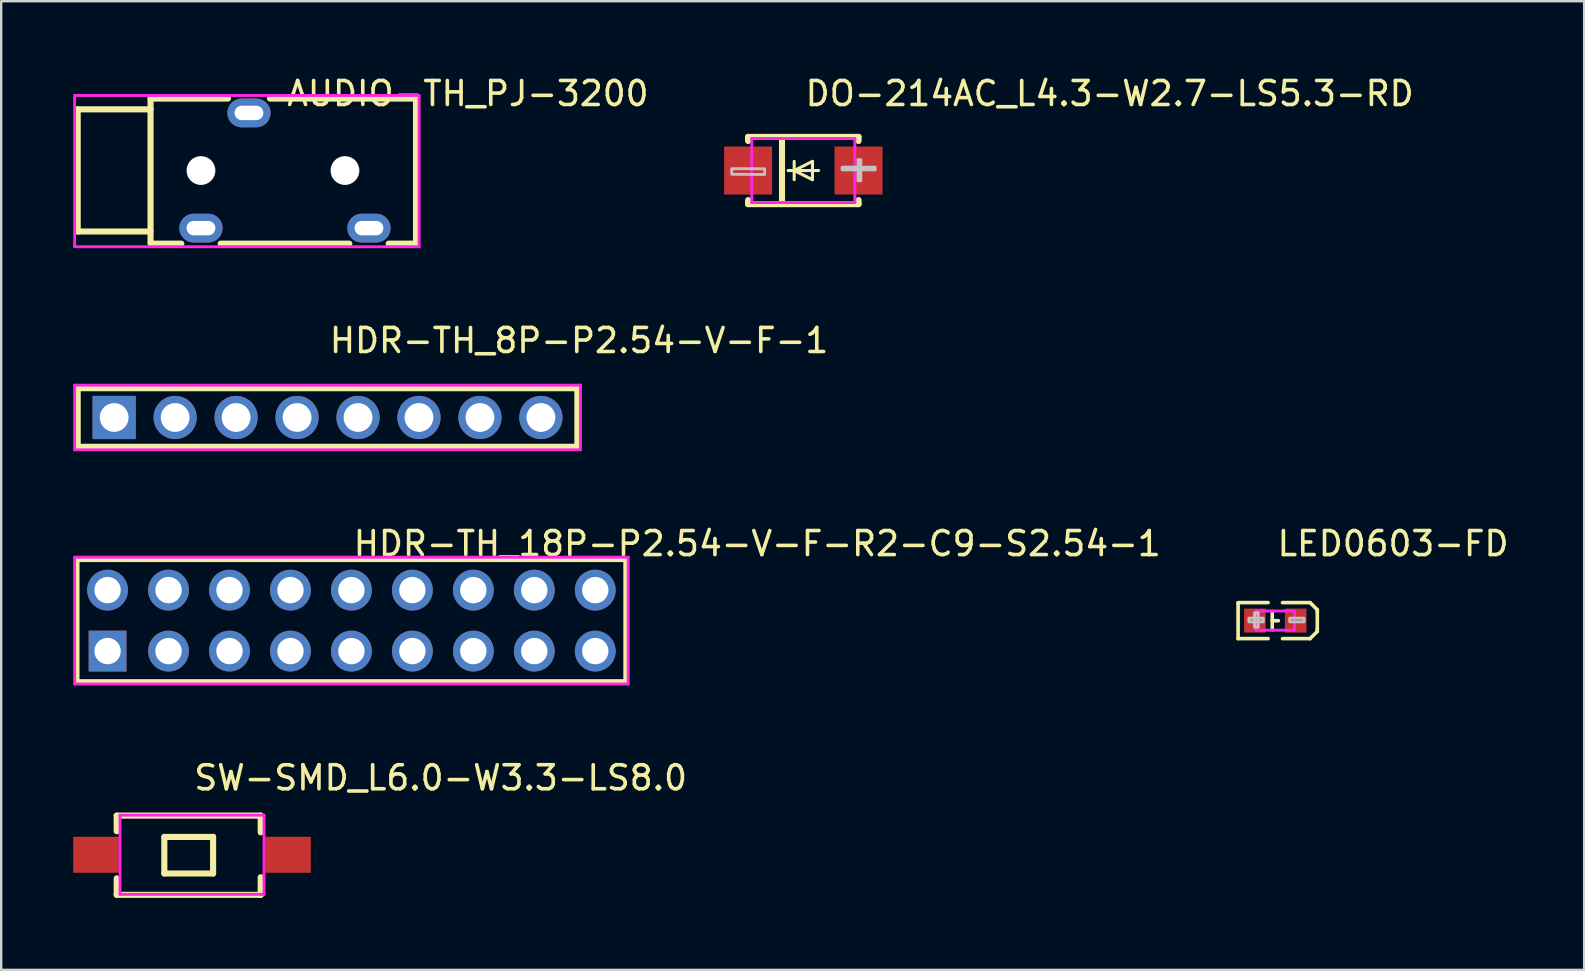
<source format=kicad_pcb>
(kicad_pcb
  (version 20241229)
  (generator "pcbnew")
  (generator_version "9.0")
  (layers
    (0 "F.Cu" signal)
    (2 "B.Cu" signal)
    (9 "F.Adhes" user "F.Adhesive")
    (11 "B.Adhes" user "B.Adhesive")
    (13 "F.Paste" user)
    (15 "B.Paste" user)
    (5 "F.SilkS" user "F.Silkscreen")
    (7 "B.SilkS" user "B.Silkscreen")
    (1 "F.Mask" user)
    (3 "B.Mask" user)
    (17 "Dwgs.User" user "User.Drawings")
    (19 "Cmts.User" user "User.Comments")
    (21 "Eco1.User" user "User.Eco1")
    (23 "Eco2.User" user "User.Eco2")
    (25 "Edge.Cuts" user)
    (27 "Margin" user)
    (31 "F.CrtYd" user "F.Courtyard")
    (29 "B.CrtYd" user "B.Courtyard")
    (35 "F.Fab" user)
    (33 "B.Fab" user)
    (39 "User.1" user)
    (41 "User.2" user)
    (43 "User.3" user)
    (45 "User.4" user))
  (footprint "SW-SMD_L6.0-W3.3-LS8.0"
    (layer "F.Cu")
    (at 4.95 32.565)
    (property "Reference" "SW-SMD_L6.0-W3.3-LS8.0" (at 0 -3.207 0) (layer "F.SilkS") (effects (font (size 1 1) (thickness 0.15)) (justify left)))
    (attr through_hole)
    (fp_line (start -3.137 -1.632) (end -3.137 -0.981) (stroke (width 0.254) (type solid)) (layer "F.SilkS"))
    (fp_line (start -3.137 -1.632) (end 2.863 -1.632) (stroke (width 0.254) (type solid)) (layer "F.SilkS"))
    (fp_line (start -3.137 0.981) (end -3.137 1.668) (stroke (width 0.254) (type solid)) (layer "F.SilkS"))
    (fp_line (start -1.153 -0.744) (end 0.879 -0.744) (stroke (width 0.254) (type solid)) (layer "F.SilkS"))
    (fp_line (start -1.153 0.78) (end -1.153 -0.744) (stroke (width 0.254) (type solid)) (layer "F.SilkS"))
    (fp_line (start 0.879 -0.744) (end 0.879 0.78) (stroke (width 0.254) (type solid)) (layer "F.SilkS"))
    (fp_line (start 0.879 0.78) (end -1.153 0.78) (stroke (width 0.254) (type solid)) (layer "F.SilkS"))
    (fp_line (start 2.863 -0.935) (end 2.863 -1.632) (stroke (width 0.254) (type solid)) (layer "F.SilkS"))
    (fp_line (start 2.863 1.668) (end -3.137 1.668) (stroke (width 0.254) (type solid)) (layer "F.SilkS"))
    (fp_line (start 2.863 1.668) (end 2.863 0.935) (stroke (width 0.254) (type solid)) (layer "F.SilkS"))
    (fp_circle (center -3.997 1.65) (end -3.967 1.65) (stroke (width 0.06) (type solid)) (fill no) (layer "Eco2.User"))
    (fp_poly (pts (xy -3.997 -0.45) (xy -2.997 -0.45) (xy -2.997 0.45) (xy -3.997 0.45)) (stroke (width 0.12) (type solid)) (fill no) (layer "Eco2.User"))
    (fp_poly (pts (xy 2.997 -0.45) (xy 3.997 -0.45) (xy 3.997 0.45) (xy 2.997 0.45)) (stroke (width 0.12) (type solid)) (fill no) (layer "Eco2.User"))
    (fp_line (start -3 -1.65) (end 3 -1.65) (stroke (width 0.12) (type solid)) (layer "F.CrtYd"))
    (fp_line (start -3 1.65) (end -3 -1.65) (stroke (width 0.12) (type solid)) (layer "F.CrtYd"))
    (fp_line (start 3 -1.65) (end 3 1.65) (stroke (width 0.12) (type solid)) (layer "F.CrtYd"))
    (fp_line (start 3 1.65) (end -3 1.65) (stroke (width 0.12) (type solid)) (layer "F.CrtYd"))
    (pad "1" smd rect (at -4 0) (size 1.9 1.5) (layers "F.Cu" "F.Mask" "F.Paste"))
    (pad "2" smd rect (at 4 0) (size 1.9 1.5) (layers "F.Cu" "F.Mask" "F.Paste")))
  (footprint "AUDIO-TH_PJ-3200"
    (layer "F.Cu")
    (at 8.823 4.055)
    (property "Reference" "AUDIO-TH_PJ-3200" (at 0 -3.207 0) (layer "F.SilkS") (effects (font (size 1 1) (thickness 0.15)) (justify left)))
    (attr through_hole)
    (fp_line (start -8.636 -2.55) (end -8.636 2.54) (stroke (width 0.254) (type solid)) (layer "F.SilkS"))
    (fp_line (start -8.636 2.54) (end -5.6 2.54) (stroke (width 0.254) (type solid)) (layer "F.SilkS"))
    (fp_line (start -5.6 -3) (end -5.6 3) (stroke (width 0.254) (type solid)) (layer "F.SilkS"))
    (fp_line (start -5.6 -3) (end -2.374 -3) (stroke (width 0.254) (type solid)) (layer "F.SilkS"))
    (fp_line (start -5.6 -2.55) (end -8.636 -2.55) (stroke (width 0.254) (type solid)) (layer "F.SilkS"))
    (fp_line (start -4.319 3.048) (end -5.6 3.048) (stroke (width 0.254) (type solid)) (layer "F.SilkS"))
    (fp_line (start -0.626 -3) (end 5.461 -3) (stroke (width 0.254) (type solid)) (layer "F.SilkS"))
    (fp_line (start 2.681 3.048) (end -2.681 3.048) (stroke (width 0.254) (type solid)) (layer "F.SilkS"))
    (fp_line (start 5.461 -3) (end 5.461 3.048) (stroke (width 0.254) (type solid)) (layer "F.SilkS"))
    (fp_line (start 5.461 3.048) (end 4.319 3.048) (stroke (width 0.254) (type solid)) (layer "F.SilkS"))
    (fp_circle (center -8.763 -3.127) (end -8.733 -3.127) (stroke (width 0.06) (type solid)) (fill no) (layer "Eco2.User"))
    (fp_circle (center -3.5 0) (end -3.25 0) (stroke (width 0.5) (type solid)) (fill no) (layer "Eco2.User"))
    (fp_circle (center 2.5 0) (end 2.75 0) (stroke (width 0.5) (type solid)) (fill no) (layer "Eco2.User"))
    (fp_poly (pts (xy -3.8 2.16) (xy -3.2 2.16) (xy -3.2 2.64) (xy -3.8 2.64)) (stroke (width 0.12) (type solid)) (fill no) (layer "Eco2.User"))
    (fp_poly (pts (xy -1.8 -2.64) (xy -1.2 -2.64) (xy -1.2 -2.16) (xy -1.8 -2.16)) (stroke (width 0.12) (type solid)) (fill no) (layer "Eco2.User"))
    (fp_poly (pts (xy 3.2 2.16) (xy 3.8 2.16) (xy 3.8 2.64) (xy 3.2 2.64)) (stroke (width 0.12) (type solid)) (fill no) (layer "Eco2.User"))
    (fp_line (start -8.763 -3.127) (end 5.588 -3.127) (stroke (width 0.12) (type solid)) (layer "F.CrtYd"))
    (fp_line (start -8.763 3.175) (end -8.763 -3.127) (stroke (width 0.12) (type solid)) (layer "F.CrtYd"))
    (fp_line (start 5.588 -3.127) (end 5.588 3.175) (stroke (width 0.12) (type solid)) (layer "F.CrtYd"))
    (fp_line (start 5.588 3.175) (end -8.763 3.175) (stroke (width 0.12) (type solid)) (layer "F.CrtYd"))
    (pad "" np_thru_hole circle (at -3.5 0) (size 1.2 1.2) (drill 1.2) (layers "*.Cu" "*.Mask"))
    (pad "" np_thru_hole circle (at 2.5 0) (size 1.2 1.2) (drill 1.2) (layers "*.Cu" "*.Mask"))
    (pad "2" thru_hole oval (at -1.5 -2.4) (size 1.8 1.2) (drill oval 1.2 0.6) (layers "*.Cu" "*.Mask"))
    (pad "3" thru_hole oval (at -3.5 2.4) (size 1.8 1.2) (drill oval 1.2 0.6) (layers "*.Cu" "*.Mask"))
    (pad "4" thru_hole oval (at 3.5 2.4) (size 1.8 1.2) (drill oval 1.2 0.6) (layers "*.Cu" "*.Mask")))
  (footprint "HDR-TH_18P-P2.54-V-F-R2-C9-S2.54-1"
    (layer "F.Cu")
    (at 11.592 22.808)
    (property "Reference" "HDR-TH_18P-P2.54-V-F-R2-C9-S2.54-1" (at 0 -3.207 0) (layer "F.SilkS") (effects (font (size 1 1) (thickness 0.15)) (justify left)))
    (attr through_hole)
    (fp_line (start -11.43 -2.54) (end 11.43 -2.54) (stroke (width 0.203) (type solid)) (layer "F.SilkS"))
    (fp_line (start -11.43 2.54) (end -11.43 -2.54) (stroke (width 0.203) (type solid)) (layer "F.SilkS"))
    (fp_line (start 11.43 -2.54) (end 11.43 2.54) (stroke (width 0.203) (type solid)) (layer "F.SilkS"))
    (fp_line (start 11.43 2.54) (end -11.43 2.54) (stroke (width 0.203) (type solid)) (layer "F.SilkS"))
    (fp_circle (center -11.532 2.642) (end -11.502 2.642) (stroke (width 0.06) (type solid)) (fill no) (layer "Eco2.User"))
    (fp_circle (center -10.16 -1.27) (end -9.935 -1.27) (stroke (width 0.45) (type solid)) (fill no) (layer "Eco2.User"))
    (fp_circle (center -10.16 1.27) (end -9.935 1.27) (stroke (width 0.45) (type solid)) (fill no) (layer "Eco2.User"))
    (fp_circle (center -7.62 -1.27) (end -7.395 -1.27) (stroke (width 0.45) (type solid)) (fill no) (layer "Eco2.User"))
    (fp_circle (center -7.62 1.27) (end -7.395 1.27) (stroke (width 0.45) (type solid)) (fill no) (layer "Eco2.User"))
    (fp_circle (center -5.08 -1.27) (end -4.855 -1.27) (stroke (width 0.45) (type solid)) (fill no) (layer "Eco2.User"))
    (fp_circle (center -5.08 1.27) (end -4.855 1.27) (stroke (width 0.45) (type solid)) (fill no) (layer "Eco2.User"))
    (fp_circle (center -2.54 -1.27) (end -2.315 -1.27) (stroke (width 0.45) (type solid)) (fill no) (layer "Eco2.User"))
    (fp_circle (center -2.54 1.27) (end -2.315 1.27) (stroke (width 0.45) (type solid)) (fill no) (layer "Eco2.User"))
    (fp_circle (center 0 -1.27) (end 0.225 -1.27) (stroke (width 0.45) (type solid)) (fill no) (layer "Eco2.User"))
    (fp_circle (center 0 1.27) (end 0.225 1.27) (stroke (width 0.45) (type solid)) (fill no) (layer "Eco2.User"))
    (fp_circle (center 2.54 -1.27) (end 2.765 -1.27) (stroke (width 0.45) (type solid)) (fill no) (layer "Eco2.User"))
    (fp_circle (center 2.54 1.27) (end 2.765 1.27) (stroke (width 0.45) (type solid)) (fill no) (layer "Eco2.User"))
    (fp_circle (center 5.08 -1.27) (end 5.305 -1.27) (stroke (width 0.45) (type solid)) (fill no) (layer "Eco2.User"))
    (fp_circle (center 5.08 1.27) (end 5.305 1.27) (stroke (width 0.45) (type solid)) (fill no) (layer "Eco2.User"))
    (fp_circle (center 7.62 -1.27) (end 7.845 -1.27) (stroke (width 0.45) (type solid)) (fill no) (layer "Eco2.User"))
    (fp_circle (center 7.62 1.27) (end 7.845 1.27) (stroke (width 0.45) (type solid)) (fill no) (layer "Eco2.User"))
    (fp_circle (center 10.16 -1.27) (end 10.385 -1.27) (stroke (width 0.45) (type solid)) (fill no) (layer "Eco2.User"))
    (fp_circle (center 10.16 1.27) (end 10.385 1.27) (stroke (width 0.45) (type solid)) (fill no) (layer "Eco2.User"))
    (fp_line (start -11.532 -2.642) (end 11.532 -2.642) (stroke (width 0.12) (type solid)) (layer "F.CrtYd"))
    (fp_line (start -11.532 2.642) (end -11.532 -2.642) (stroke (width 0.12) (type solid)) (layer "F.CrtYd"))
    (fp_line (start 11.532 -2.642) (end 11.532 2.642) (stroke (width 0.12) (type solid)) (layer "F.CrtYd"))
    (fp_line (start 11.532 2.642) (end -11.532 2.642) (stroke (width 0.12) (type solid)) (layer "F.CrtYd"))
    (pad "1" thru_hole rect (at -10.16 1.27) (size 1.575 1.7) (drill 1.1) (layers "*.Cu" "*.Mask"))
    (pad "2" thru_hole circle (at -10.16 -1.27) (size 1.7 1.7) (drill 1.1) (layers "*.Cu" "*.Mask"))
    (pad "3" thru_hole circle (at -7.62 1.27) (size 1.7 1.7) (drill 1.1) (layers "*.Cu" "*.Mask"))
    (pad "4" thru_hole circle (at -7.62 -1.27) (size 1.7 1.7) (drill 1.1) (layers "*.Cu" "*.Mask"))
    (pad "5" thru_hole circle (at -5.08 1.27) (size 1.7 1.7) (drill 1.1) (layers "*.Cu" "*.Mask"))
    (pad "6" thru_hole circle (at -5.08 -1.27) (size 1.7 1.7) (drill 1.1) (layers "*.Cu" "*.Mask"))
    (pad "7" thru_hole circle (at -2.54 1.27) (size 1.7 1.7) (drill 1.1) (layers "*.Cu" "*.Mask"))
    (pad "8" thru_hole circle (at -2.54 -1.27) (size 1.7 1.7) (drill 1.1) (layers "*.Cu" "*.Mask"))
    (pad "9" thru_hole circle (at 0 1.27) (size 1.7 1.7) (drill 1.1) (layers "*.Cu" "*.Mask"))
    (pad "10" thru_hole circle (at 0 -1.27) (size 1.7 1.7) (drill 1.1) (layers "*.Cu" "*.Mask"))
    (pad "11" thru_hole circle (at 2.54 1.27) (size 1.7 1.7) (drill 1.1) (layers "*.Cu" "*.Mask"))
    (pad "12" thru_hole circle (at 2.54 -1.27) (size 1.7 1.7) (drill 1.1) (layers "*.Cu" "*.Mask"))
    (pad "13" thru_hole circle (at 5.08 1.27) (size 1.7 1.7) (drill 1.1) (layers "*.Cu" "*.Mask"))
    (pad "14" thru_hole circle (at 5.08 -1.27) (size 1.7 1.7) (drill 1.1) (layers "*.Cu" "*.Mask"))
    (pad "15" thru_hole circle (at 7.62 1.27) (size 1.7 1.7) (drill 1.1) (layers "*.Cu" "*.Mask"))
    (pad "16" thru_hole circle (at 7.62 -1.27) (size 1.7 1.7) (drill 1.1) (layers "*.Cu" "*.Mask"))
    (pad "17" thru_hole circle (at 10.16 1.27) (size 1.7 1.7) (drill 1.1) (layers "*.Cu" "*.Mask"))
    (pad "18" thru_hole circle (at 10.16 -1.27) (size 1.7 1.7) (drill 1.1) (layers "*.Cu" "*.Mask")))
  (footprint "LED0603-FD"
    (layer "F.Cu")
    (at 50.086 22.808)
    (property "Reference" "LED0603-FD" (at 0 -3.207 0) (layer "F.SilkS") (effects (font (size 1 1) (thickness 0.15)) (justify left)))
    (attr through_hole)
    (fp_line (start -1.55 0.75) (end -1.55 -0.73) (stroke (width 0.15) (type solid)) (layer "F.SilkS"))
    (fp_line (start -0.3 -0.75) (end -1.55 -0.75) (stroke (width 0.15) (type solid)) (layer "F.SilkS"))
    (fp_line (start -0.3 0.75) (end -1.55 0.75) (stroke (width 0.15) (type solid)) (layer "F.SilkS"))
    (fp_line (start -0.127 -0.381) (end -0.127 0.381) (stroke (width 0.15) (type solid)) (layer "F.SilkS"))
    (fp_line (start -0.127 0.006) (end 0.127 0.006) (stroke (width 0.15) (type solid)) (layer "F.SilkS"))
    (fp_line (start 0.3 -0.75) (end 1.45 -0.75) (stroke (width 0.15) (type solid)) (layer "F.SilkS"))
    (fp_line (start 0.3 0.75) (end 1.45 0.75) (stroke (width 0.15) (type solid)) (layer "F.SilkS"))
    (fp_line (start 1.75 -0.45) (end 1.45 -0.75) (stroke (width 0.15) (type solid)) (layer "F.SilkS"))
    (fp_line (start 1.75 -0.35) (end 1.75 -0.45) (stroke (width 0.15) (type solid)) (layer "F.SilkS"))
    (fp_line (start 1.75 0.35) (end 1.75 -0.35) (stroke (width 0.15) (type solid)) (layer "F.SilkS"))
    (fp_line (start 1.75 0.35) (end 1.75 0.45) (stroke (width 0.15) (type solid)) (layer "F.SilkS"))
    (fp_line (start 1.75 0.45) (end 1.45 0.75) (stroke (width 0.15) (type solid)) (layer "F.SilkS"))
    (fp_poly (pts (xy -1.1 -0.1) (xy -0.5 -0.1) (xy -0.5 0.05) (xy -1.1 0.05)) (stroke (width 0.12) (type solid)) (fill no) (layer "Dwgs.User"))
    (fp_poly (pts (xy -0.865 0.273) (xy -0.865 -0.327) (xy -0.715 -0.327) (xy -0.715 0.273)) (stroke (width 0.12) (type solid)) (fill no) (layer "Dwgs.User"))
    (fp_poly (pts (xy 0.6 -0.1) (xy 1.2 -0.1) (xy 1.2 0.05) (xy 0.6 0.05)) (stroke (width 0.12) (type solid)) (fill no) (layer "Dwgs.User"))
    (fp_circle (center -1.065 0.4) (end -1.035 0.4) (stroke (width 0.06) (type solid)) (fill no) (layer "Eco2.User"))
    (fp_poly (pts (xy -1.065 0.35) (xy -1.065 -0.35) (xy -0.635 -0.35) (xy -0.635 0.35)) (stroke (width 0.12) (type solid)) (fill no) (layer "Eco2.User"))
    (fp_poly (pts (xy 0.635 0.35) (xy 0.635 -0.35) (xy 1.065 -0.35) (xy 1.065 0.35)) (stroke (width 0.12) (type solid)) (fill no) (layer "Eco2.User"))
    (fp_line (start -0.8 -0.4) (end 0.8 -0.4) (stroke (width 0.12) (type solid)) (layer "F.CrtYd"))
    (fp_line (start -0.8 0.4) (end -0.8 -0.4) (stroke (width 0.12) (type solid)) (layer "F.CrtYd"))
    (fp_line (start 0.8 -0.4) (end 0.8 0.4) (stroke (width 0.12) (type solid)) (layer "F.CrtYd"))
    (fp_line (start 0.8 0.4) (end -0.8 0.4) (stroke (width 0.12) (type solid)) (layer "F.CrtYd"))
    (pad "1" smd rect (at -0.85 0 270) (size 1 0.9) (layers "F.Cu" "F.Mask" "F.Paste"))
    (pad "2" smd rect (at 0.85 0 270) (size 1 0.9) (layers "F.Cu" "F.Mask" "F.Paste")))
  (footprint "DO-214AC_L4.3-W2.7-LS5.3-RD"
    (layer "F.Cu")
    (at 30.421 4.055)
    (property "Reference" "DO-214AC_L4.3-W2.7-LS5.3-RD" (at 0 -3.207 0) (layer "F.SilkS") (effects (font (size 1 1) (thickness 0.15)) (justify left)))
    (attr through_hole)
    (fp_line (start -2.3 -1.4) (end -2.3 -1.231) (stroke (width 0.254) (type solid)) (layer "F.SilkS"))
    (fp_line (start -2.3 -1.4) (end 2.3 -1.4) (stroke (width 0.254) (type solid)) (layer "F.SilkS"))
    (fp_line (start -2.3 1.231) (end -2.3 1.4) (stroke (width 0.254) (type solid)) (layer "F.SilkS"))
    (fp_line (start -2.3 1.4) (end 2.3 1.4) (stroke (width 0.254) (type solid)) (layer "F.SilkS"))
    (fp_line (start -0.889 1.4) (end -0.889 -1.4) (stroke (width 0.254) (type solid)) (layer "F.SilkS"))
    (fp_line (start -0.381 0) (end -0.381 -0.381) (stroke (width 0.127) (type solid)) (layer "F.SilkS"))
    (fp_line (start -0.381 0) (end -0.381 0.381) (stroke (width 0.127) (type solid)) (layer "F.SilkS"))
    (fp_line (start 0.381 -0.381) (end -0.381 0) (stroke (width 0.127) (type solid)) (layer "F.SilkS"))
    (fp_line (start 0.381 0) (end 0.381 -0.381) (stroke (width 0.127) (type solid)) (layer "F.SilkS"))
    (fp_line (start 0.381 0) (end 0.381 0.381) (stroke (width 0.127) (type solid)) (layer "F.SilkS"))
    (fp_line (start 0.381 0.381) (end -0.381 0) (stroke (width 0.127) (type solid)) (layer "F.SilkS"))
    (fp_line (start 0.635 0) (end -0.635 0) (stroke (width 0.127) (type solid)) (layer "F.SilkS"))
    (fp_line (start 2.3 -1.4) (end 2.3 -1.231) (stroke (width 0.254) (type solid)) (layer "F.SilkS"))
    (fp_line (start 2.3 1.231) (end 2.3 1.4) (stroke (width 0.254) (type solid)) (layer "F.SilkS"))
    (fp_poly (pts (xy -2.98 0.157) (xy -2.983 0.14) (xy -2.983 -0.076) (xy -1.619 -0.074) (xy -1.61 -0.053) (xy -1.61 0.164)) (stroke (width 0.12) (type solid)) (fill no) (layer "Dwgs.User"))
    (fp_poly (pts (xy 2.281 -0.447) (xy 2.281 0.425) (xy 2.283 0.427) (xy 2.39 0.427) (xy 2.395 0.422) (xy 2.395 -0.447) (xy 2.39 -0.452) (xy 2.273 -0.452)) (stroke (width 0.12) (type solid)) (fill no) (layer "Dwgs.User"))
    (fp_poly (pts (xy 2.995 -0.028) (xy 1.617 -0.028) (xy 1.617 -0.136) (xy 1.72 -0.142) (xy 2.987 -0.14) (xy 2.991 -0.144) (xy 2.991 -0.032) (xy 2.993 -0.03)) (stroke (width 0.12) (type solid)) (fill no) (layer "Dwgs.User"))
    (fp_circle (center -2.088 -1.208) (end -2.028 -1.208) (stroke (width 0.12) (type solid)) (fill no) (layer "Eco2.User"))
    (fp_poly (pts (xy -1.398 -0.57) (xy -1.398 0.57) (xy -2.148 0.57) (xy -2.148 -0.57)) (stroke (width 0.12) (type solid)) (fill no) (layer "Eco2.User"))
    (fp_poly (pts (xy 2.147 -0.57) (xy 2.147 0.57) (xy 1.397 0.57) (xy 1.397 -0.57)) (stroke (width 0.12) (type solid)) (fill no) (layer "Eco2.User"))
    (fp_line (start -2.148 -1.335) (end 2.147 -1.335) (stroke (width 0.12) (type solid)) (layer "F.CrtYd"))
    (fp_line (start -2.148 1.335) (end -2.148 -1.335) (stroke (width 0.12) (type solid)) (layer "F.CrtYd"))
    (fp_line (start 2.147 -1.335) (end 2.147 1.335) (stroke (width 0.12) (type solid)) (layer "F.CrtYd"))
    (fp_line (start 2.147 1.335) (end -2.148 1.335) (stroke (width 0.12) (type solid)) (layer "F.CrtYd"))
    (pad "1" smd rect (at -2.3 0 180) (size 2 2) (layers "F.Cu" "F.Mask" "F.Paste"))
    (pad "2" smd rect (at 2.3 0 180) (size 2 2) (layers "F.Cu" "F.Mask" "F.Paste")))
  (footprint "HDR-TH_8P-P2.54-V-F-1"
    (layer "F.Cu")
    (at 10.597 14.345)
    (property "Reference" "HDR-TH_8P-P2.54-V-F-1" (at 0 -3.207 0) (layer "F.SilkS") (effects (font (size 1 1) (thickness 0.15)) (justify left)))
    (attr through_hole)
    (fp_line (start -10.41 -1.22) (end 10.41 -1.22) (stroke (width 0.254) (type solid)) (layer "F.SilkS"))
    (fp_line (start -10.41 1.22) (end -10.41 -1.22) (stroke (width 0.254) (type solid)) (layer "F.SilkS"))
    (fp_line (start 10.41 -1.22) (end 10.41 1.22) (stroke (width 0.254) (type solid)) (layer "F.SilkS"))
    (fp_line (start 10.41 1.22) (end -10.41 1.22) (stroke (width 0.254) (type solid)) (layer "F.SilkS"))
    (fp_circle (center -10.537 1.347) (end -10.507 1.347) (stroke (width 0.06) (type solid)) (fill no) (layer "Eco2.User"))
    (fp_circle (center -8.89 0) (end -8.64 0) (stroke (width 0.5) (type solid)) (fill no) (layer "Eco2.User"))
    (fp_circle (center -6.35 0) (end -6.1 0) (stroke (width 0.5) (type solid)) (fill no) (layer "Eco2.User"))
    (fp_circle (center -3.81 0) (end -3.56 0) (stroke (width 0.5) (type solid)) (fill no) (layer "Eco2.User"))
    (fp_circle (center -1.27 0) (end -1.02 0) (stroke (width 0.5) (type solid)) (fill no) (layer "Eco2.User"))
    (fp_circle (center 1.27 0) (end 1.52 0) (stroke (width 0.5) (type solid)) (fill no) (layer "Eco2.User"))
    (fp_circle (center 3.81 0) (end 4.06 0) (stroke (width 0.5) (type solid)) (fill no) (layer "Eco2.User"))
    (fp_circle (center 6.35 0) (end 6.6 0) (stroke (width 0.5) (type solid)) (fill no) (layer "Eco2.User"))
    (fp_circle (center 8.89 0) (end 9.14 0) (stroke (width 0.5) (type solid)) (fill no) (layer "Eco2.User"))
    (fp_line (start -10.537 -1.347) (end 10.537 -1.347) (stroke (width 0.12) (type solid)) (layer "F.CrtYd"))
    (fp_line (start -10.537 1.347) (end -10.537 -1.347) (stroke (width 0.12) (type solid)) (layer "F.CrtYd"))
    (fp_line (start 10.537 -1.347) (end 10.537 1.347) (stroke (width 0.12) (type solid)) (layer "F.CrtYd"))
    (fp_line (start 10.537 1.347) (end -10.537 1.347) (stroke (width 0.12) (type solid)) (layer "F.CrtYd"))
    (pad "1" thru_hole rect (at -8.89 0) (size 1.8 1.8) (drill 1.2) (layers "*.Cu" "*.Mask"))
    (pad "2" thru_hole circle (at -6.35 0) (size 1.8 1.8) (drill 1.2) (layers "*.Cu" "*.Mask"))
    (pad "3" thru_hole circle (at -3.81 0) (size 1.8 1.8) (drill 1.2) (layers "*.Cu" "*.Mask"))
    (pad "4" thru_hole circle (at -1.27 0) (size 1.8 1.8) (drill 1.2) (layers "*.Cu" "*.Mask"))
    (pad "5" thru_hole circle (at 1.27 0) (size 1.8 1.8) (drill 1.2) (layers "*.Cu" "*.Mask"))
    (pad "6" thru_hole circle (at 3.81 0) (size 1.8 1.8) (drill 1.2) (layers "*.Cu" "*.Mask"))
    (pad "7" thru_hole circle (at 6.35 0) (size 1.8 1.8) (drill 1.2) (layers "*.Cu" "*.Mask"))
    (pad "8" thru_hole circle (at 8.89 0) (size 1.8 1.8) (drill 1.2) (layers "*.Cu" "*.Mask")))
  (gr_rect
    (start -3 -3)
    (end 62.955 37.36)
    (stroke (width 0.1) (type default))
    (fill no)
    (layer "Edge.Cuts")))
</source>
